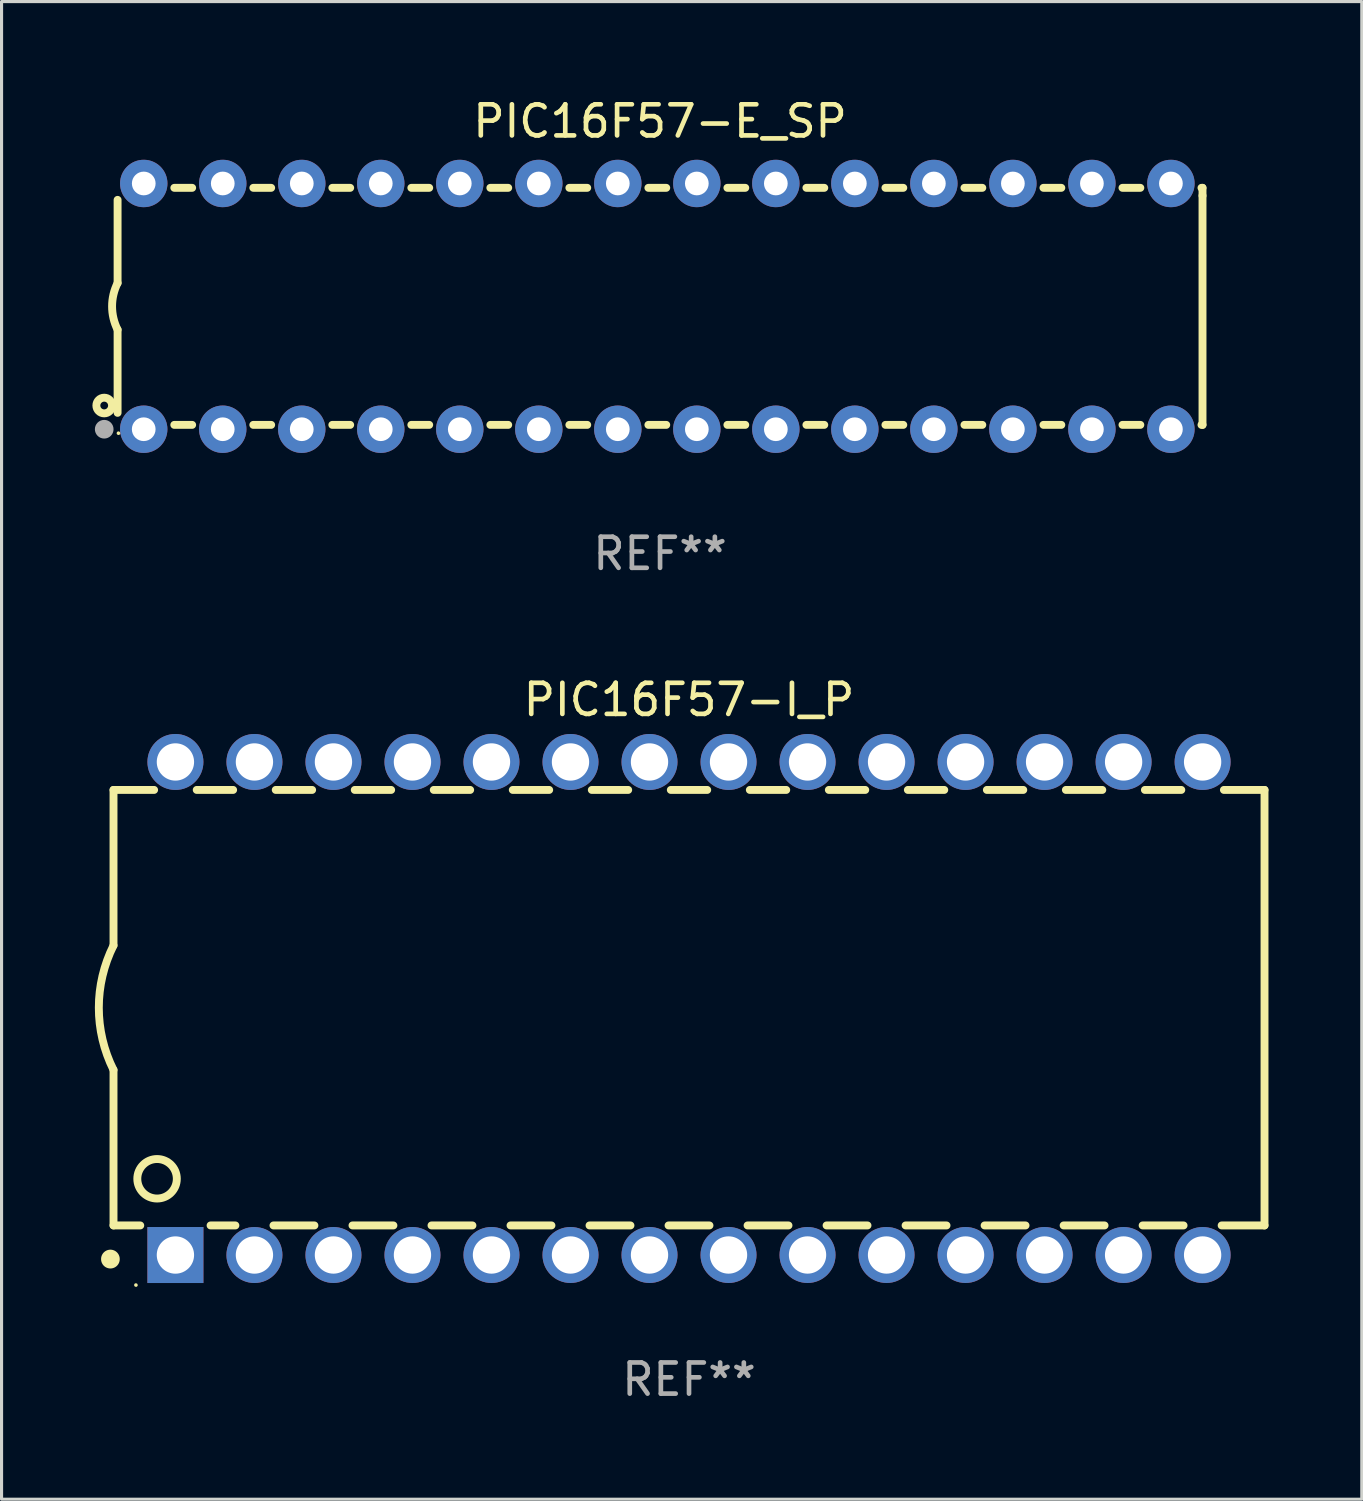
<source format=kicad_pcb>
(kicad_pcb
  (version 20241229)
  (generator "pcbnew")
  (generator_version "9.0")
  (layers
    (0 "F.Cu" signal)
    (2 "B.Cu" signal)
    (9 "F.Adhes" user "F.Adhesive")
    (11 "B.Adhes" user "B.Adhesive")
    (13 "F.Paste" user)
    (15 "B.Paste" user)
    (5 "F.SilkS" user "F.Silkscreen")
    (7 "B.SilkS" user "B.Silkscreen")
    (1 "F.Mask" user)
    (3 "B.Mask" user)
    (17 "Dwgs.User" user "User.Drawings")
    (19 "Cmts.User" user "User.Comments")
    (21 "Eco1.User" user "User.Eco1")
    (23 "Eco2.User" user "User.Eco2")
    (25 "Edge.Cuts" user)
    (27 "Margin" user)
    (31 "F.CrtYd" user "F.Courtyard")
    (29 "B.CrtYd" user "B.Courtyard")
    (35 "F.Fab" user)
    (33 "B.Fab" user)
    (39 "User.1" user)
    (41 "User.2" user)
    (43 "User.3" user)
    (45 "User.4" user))
  (footprint "PIC16F57-E_SP"
    (layer "F.Cu")
    (at 18.168 6.798)
    (property "Reference" "PIC16F57-E_SP" (at 0 -5.95 0) (layer "F.SilkS") (effects (font (size 1 1) (thickness 0.15))))
    (attr through_hole)
    (fp_line (start -17.438 0.75) (end -17.438 3.423) (stroke (width 0.254) (type solid)) (layer "F.SilkS"))
    (fp_line (start -17.438 -3.423) (end -17.438 -0.75) (stroke (width 0.254) (type solid)) (layer "F.SilkS"))
    (fp_line (start -15.615 3.81) (end -15.041 3.81) (stroke (width 0.254) (type solid)) (layer "F.SilkS"))
    (fp_line (start -15.041 -3.81) (end -15.614 -3.81) (stroke (width 0.254) (type solid)) (layer "F.SilkS"))
    (fp_line (start -13.075 3.81) (end -12.501 3.81) (stroke (width 0.254) (type solid)) (layer "F.SilkS"))
    (fp_line (start -12.501 -3.81) (end -13.074 -3.81) (stroke (width 0.254) (type solid)) (layer "F.SilkS"))
    (fp_line (start -10.535 3.81) (end -9.961 3.81) (stroke (width 0.254) (type solid)) (layer "F.SilkS"))
    (fp_line (start -9.961 -3.81) (end -10.534 -3.81) (stroke (width 0.254) (type solid)) (layer "F.SilkS"))
    (fp_line (start -7.995 3.81) (end -7.421 3.81) (stroke (width 0.254) (type solid)) (layer "F.SilkS"))
    (fp_line (start -7.421 -3.81) (end -7.995 -3.81) (stroke (width 0.254) (type solid)) (layer "F.SilkS"))
    (fp_line (start -5.455 3.81) (end -4.881 3.81) (stroke (width 0.254) (type solid)) (layer "F.SilkS"))
    (fp_line (start -4.881 -3.81) (end -5.455 -3.81) (stroke (width 0.254) (type solid)) (layer "F.SilkS"))
    (fp_line (start -2.915 3.81) (end -2.341 3.81) (stroke (width 0.254) (type solid)) (layer "F.SilkS"))
    (fp_line (start -2.341 -3.81) (end -2.915 -3.81) (stroke (width 0.254) (type solid)) (layer "F.SilkS"))
    (fp_line (start -0.375 3.81) (end 0.199 3.81) (stroke (width 0.254) (type solid)) (layer "F.SilkS"))
    (fp_line (start 0.199 -3.81) (end -0.375 -3.81) (stroke (width 0.254) (type solid)) (layer "F.SilkS"))
    (fp_line (start 2.165 3.81) (end 2.739 3.81) (stroke (width 0.254) (type solid)) (layer "F.SilkS"))
    (fp_line (start 2.739 -3.81) (end 2.165 -3.81) (stroke (width 0.254) (type solid)) (layer "F.SilkS"))
    (fp_line (start 4.705 3.81) (end 5.279 3.81) (stroke (width 0.254) (type solid)) (layer "F.SilkS"))
    (fp_line (start 5.279 -3.81) (end 4.705 -3.81) (stroke (width 0.254) (type solid)) (layer "F.SilkS"))
    (fp_line (start 7.245 3.81) (end 7.819 3.81) (stroke (width 0.254) (type solid)) (layer "F.SilkS"))
    (fp_line (start 7.819 -3.81) (end 7.245 -3.81) (stroke (width 0.254) (type solid)) (layer "F.SilkS"))
    (fp_line (start 9.785 3.81) (end 10.359 3.81) (stroke (width 0.254) (type solid)) (layer "F.SilkS"))
    (fp_line (start 10.359 -3.81) (end 9.785 -3.81) (stroke (width 0.254) (type solid)) (layer "F.SilkS"))
    (fp_line (start 12.325 3.81) (end 12.899 3.81) (stroke (width 0.254) (type solid)) (layer "F.SilkS"))
    (fp_line (start 12.899 -3.81) (end 12.325 -3.81) (stroke (width 0.254) (type solid)) (layer "F.SilkS"))
    (fp_line (start 14.865 3.81) (end 15.439 3.81) (stroke (width 0.254) (type solid)) (layer "F.SilkS"))
    (fp_line (start 15.439 -3.81) (end 14.865 -3.81) (stroke (width 0.254) (type solid)) (layer "F.SilkS"))
    (fp_line (start 17.405 3.81) (end 17.438 3.81) (stroke (width 0.254) (type solid)) (layer "F.SilkS"))
    (fp_line (start 17.438 -3.81) (end 17.405 -3.81) (stroke (width 0.254) (type solid)) (layer "F.SilkS"))
    (fp_line (start 17.438 -3.556) (end 17.438 -3.81) (stroke (width 0.254) (type solid)) (layer "F.SilkS"))
    (fp_line (start 17.438 3.81) (end 17.438 -3.556) (stroke (width 0.254) (type solid)) (layer "F.SilkS"))
    (fp_arc (start -17.437986 0.749657) (mid -17.614887 -0.000024) (end -17.437783 -0.749657) (stroke (width 0.254001) (type solid)) (layer "F.SilkS"))
    (fp_circle (center -17.868 3.188) (end -17.743 3.188) (stroke (width 0.254) (type solid)) (fill no) (layer "F.SilkS"))
    (fp_circle (center -17.411 4.077) (end -17.381 4.077) (stroke (width 0.06) (type solid)) (fill no) (layer "F.SilkS"))
    (fp_circle (center -17.868 3.95) (end -17.718 3.95) (stroke (width 0.3) (type solid)) (fill no) (layer "F.Fab"))
    (fp_text user "REF**" (at 0 7.95 0) (layer "F.Fab") (effects (font (size 1 1) (thickness 0.15))))
    (pad "1" thru_hole circle (at -16.598 3.95) (size 1.524 1.524) (drill 0.762) (layers "*.Cu" "*.Mask"))
    (pad "2" thru_hole circle (at -14.058 3.95) (size 1.524 1.524) (drill 0.762) (layers "*.Cu" "*.Mask"))
    (pad "3" thru_hole circle (at -11.518 3.95) (size 1.524 1.524) (drill 0.762) (layers "*.Cu" "*.Mask"))
    (pad "4" thru_hole circle (at -8.978 3.95) (size 1.524 1.524) (drill 0.762) (layers "*.Cu" "*.Mask"))
    (pad "5" thru_hole circle (at -6.438 3.95) (size 1.524 1.524) (drill 0.762) (layers "*.Cu" "*.Mask"))
    (pad "6" thru_hole circle (at -3.898 3.95) (size 1.524 1.524) (drill 0.762) (layers "*.Cu" "*.Mask"))
    (pad "7" thru_hole circle (at -1.358 3.95) (size 1.524 1.524) (drill 0.762) (layers "*.Cu" "*.Mask"))
    (pad "8" thru_hole circle (at 1.182 3.95) (size 1.524 1.524) (drill 0.762) (layers "*.Cu" "*.Mask"))
    (pad "9" thru_hole circle (at 3.722 3.95) (size 1.524 1.524) (drill 0.762) (layers "*.Cu" "*.Mask"))
    (pad "10" thru_hole circle (at 6.262 3.95) (size 1.524 1.524) (drill 0.762) (layers "*.Cu" "*.Mask"))
    (pad "11" thru_hole circle (at 8.802 3.95) (size 1.524 1.524) (drill 0.762) (layers "*.Cu" "*.Mask"))
    (pad "12" thru_hole circle (at 11.342 3.95) (size 1.524 1.524) (drill 0.762) (layers "*.Cu" "*.Mask"))
    (pad "13" thru_hole circle (at 13.882 3.95) (size 1.524 1.524) (drill 0.762) (layers "*.Cu" "*.Mask"))
    (pad "14" thru_hole circle (at 16.422 3.95) (size 1.524 1.524) (drill 0.762) (layers "*.Cu" "*.Mask"))
    (pad "15" thru_hole circle (at 16.422 -3.95) (size 1.524 1.524) (drill 0.762) (layers "*.Cu" "*.Mask"))
    (pad "16" thru_hole circle (at 13.882 -3.95) (size 1.524 1.524) (drill 0.762) (layers "*.Cu" "*.Mask"))
    (pad "17" thru_hole circle (at 11.342 -3.95) (size 1.524 1.524) (drill 0.762) (layers "*.Cu" "*.Mask"))
    (pad "18" thru_hole circle (at 8.802 -3.95) (size 1.524 1.524) (drill 0.762) (layers "*.Cu" "*.Mask"))
    (pad "19" thru_hole circle (at 6.262 -3.95) (size 1.524 1.524) (drill 0.762) (layers "*.Cu" "*.Mask"))
    (pad "20" thru_hole circle (at 3.722 -3.95) (size 1.524 1.524) (drill 0.762) (layers "*.Cu" "*.Mask"))
    (pad "21" thru_hole circle (at 1.182 -3.95) (size 1.524 1.524) (drill 0.762) (layers "*.Cu" "*.Mask"))
    (pad "22" thru_hole circle (at -1.358 -3.95) (size 1.524 1.524) (drill 0.762) (layers "*.Cu" "*.Mask"))
    (pad "23" thru_hole circle (at -3.898 -3.95) (size 1.524 1.524) (drill 0.762) (layers "*.Cu" "*.Mask"))
    (pad "24" thru_hole circle (at -6.438 -3.95) (size 1.524 1.524) (drill 0.762) (layers "*.Cu" "*.Mask"))
    (pad "25" thru_hole circle (at -8.978 -3.95) (size 1.524 1.524) (drill 0.762) (layers "*.Cu" "*.Mask"))
    (pad "26" thru_hole circle (at -11.517 -3.95) (size 1.524 1.524) (drill 0.762) (layers "*.Cu" "*.Mask"))
    (pad "27" thru_hole circle (at -14.057 -3.95) (size 1.524 1.524) (drill 0.762) (layers "*.Cu" "*.Mask"))
    (pad "28" thru_hole circle (at -16.597 -3.95) (size 1.524 1.524) (drill 0.762) (layers "*.Cu" "*.Mask")))
  (footprint "PIC16F57-I_P"
    (layer "F.Cu")
    (at 19.099 29.369)
    (property "Reference" "PIC16F57-I_P" (at 0 -9.925 0) (layer "F.SilkS") (effects (font (size 1 1) (thickness 0.15))))
    (attr through_hole)
    (fp_line (start -18.5 -7.026) (end -18.5 -2.026) (stroke (width 0.254) (type solid)) (layer "F.SilkS"))
    (fp_line (start -18.5 1.974) (end -18.5 6.974) (stroke (width 0.254) (type solid)) (layer "F.SilkS"))
    (fp_line (start -17.64 6.974) (end -18.5 6.974) (stroke (width 0.254) (type solid)) (layer "F.SilkS"))
    (fp_line (start -17.195 -7.026) (end -18.5 -7.026) (stroke (width 0.254) (type solid)) (layer "F.SilkS"))
    (fp_line (start -14.655 -7.026) (end -15.825 -7.026) (stroke (width 0.254) (type solid)) (layer "F.SilkS"))
    (fp_line (start -14.582 6.974) (end -15.38 6.974) (stroke (width 0.254) (type solid)) (layer "F.SilkS"))
    (fp_line (start -12.115 -7.026) (end -13.285 -7.026) (stroke (width 0.254) (type solid)) (layer "F.SilkS"))
    (fp_line (start -12.042 6.974) (end -13.358 6.974) (stroke (width 0.254) (type solid)) (layer "F.SilkS"))
    (fp_line (start -9.575 -7.026) (end -10.745 -7.026) (stroke (width 0.254) (type solid)) (layer "F.SilkS"))
    (fp_line (start -9.502 6.974) (end -10.818 6.974) (stroke (width 0.254) (type solid)) (layer "F.SilkS"))
    (fp_line (start -7.035 -7.026) (end -8.205 -7.026) (stroke (width 0.254) (type solid)) (layer "F.SilkS"))
    (fp_line (start -6.962 6.974) (end -8.278 6.974) (stroke (width 0.254) (type solid)) (layer "F.SilkS"))
    (fp_line (start -4.495 -7.026) (end -5.665 -7.026) (stroke (width 0.254) (type solid)) (layer "F.SilkS"))
    (fp_line (start -4.422 6.974) (end -5.738 6.974) (stroke (width 0.254) (type solid)) (layer "F.SilkS"))
    (fp_line (start -1.955 -7.026) (end -3.125 -7.026) (stroke (width 0.254) (type solid)) (layer "F.SilkS"))
    (fp_line (start -1.882 6.974) (end -3.198 6.974) (stroke (width 0.254) (type solid)) (layer "F.SilkS"))
    (fp_line (start 0.585 -7.026) (end -0.585 -7.026) (stroke (width 0.254) (type solid)) (layer "F.SilkS"))
    (fp_line (start 0.658 6.974) (end -0.658 6.974) (stroke (width 0.254) (type solid)) (layer "F.SilkS"))
    (fp_line (start 3.125 -7.026) (end 1.955 -7.026) (stroke (width 0.254) (type solid)) (layer "F.SilkS"))
    (fp_line (start 3.198 6.974) (end 1.882 6.974) (stroke (width 0.254) (type solid)) (layer "F.SilkS"))
    (fp_line (start 5.665 -7.026) (end 4.495 -7.026) (stroke (width 0.254) (type solid)) (layer "F.SilkS"))
    (fp_line (start 5.738 6.974) (end 4.422 6.974) (stroke (width 0.254) (type solid)) (layer "F.SilkS"))
    (fp_line (start 8.205 -7.026) (end 7.035 -7.026) (stroke (width 0.254) (type solid)) (layer "F.SilkS"))
    (fp_line (start 8.278 6.974) (end 6.962 6.974) (stroke (width 0.254) (type solid)) (layer "F.SilkS"))
    (fp_line (start 10.745 -7.026) (end 9.575 -7.026) (stroke (width 0.254) (type solid)) (layer "F.SilkS"))
    (fp_line (start 10.818 6.974) (end 9.502 6.974) (stroke (width 0.254) (type solid)) (layer "F.SilkS"))
    (fp_line (start 13.285 -7.026) (end 12.115 -7.026) (stroke (width 0.254) (type solid)) (layer "F.SilkS"))
    (fp_line (start 13.358 6.974) (end 12.042 6.974) (stroke (width 0.254) (type solid)) (layer "F.SilkS"))
    (fp_line (start 15.825 -7.026) (end 14.655 -7.026) (stroke (width 0.254) (type solid)) (layer "F.SilkS"))
    (fp_line (start 15.898 6.974) (end 14.582 6.974) (stroke (width 0.254) (type solid)) (layer "F.SilkS"))
    (fp_line (start 18.5 -7.026) (end 17.195 -7.026) (stroke (width 0.254) (type solid)) (layer "F.SilkS"))
    (fp_line (start 18.5 6.974) (end 17.122 6.974) (stroke (width 0.254) (type solid)) (layer "F.SilkS"))
    (fp_line (start 18.5 6.974) (end 18.5 -7.026) (stroke (width 0.254) (type solid)) (layer "F.SilkS"))
    (fp_arc (start -18.599924 8.057734) (mid -18.599935 8.055207) (end -18.599924 8.052679) (stroke (width 0.6) (type solid)) (layer "F.SilkS"))
    (fp_arc (start -18.500051 1.974346) (mid -18.972187 -0.025654) (end -18.500051 -2.025654) (stroke (width 0.254001) (type solid)) (layer "F.SilkS"))
    (fp_circle (center -17.78 8.89) (end -17.75 8.89) (stroke (width 0.06) (type solid)) (fill no) (layer "F.SilkS"))
    (fp_circle (center -17.1 5.474) (end -16.465 5.474) (stroke (width 0.254) (type solid)) (fill no) (layer "F.SilkS"))
    (fp_text user "REF**" (at 0 11.925 0) (layer "F.Fab") (effects (font (size 1 1) (thickness 0.15))))
    (pad "1" thru_hole rect (at -16.51 7.925) (size 1.8 1.8) (drill 1.2) (layers "*.Cu" "*.Mask"))
    (pad "2" thru_hole circle (at -13.97 7.925) (size 1.8 1.8) (drill 1.2) (layers "*.Cu" "*.Mask"))
    (pad "3" thru_hole circle (at -11.43 7.924) (size 1.8 1.8) (drill 1.2) (layers "*.Cu" "*.Mask"))
    (pad "4" thru_hole circle (at -8.89 7.924) (size 1.8 1.8) (drill 1.2) (layers "*.Cu" "*.Mask"))
    (pad "5" thru_hole circle (at -6.35 7.924) (size 1.8 1.8) (drill 1.2) (layers "*.Cu" "*.Mask"))
    (pad "6" thru_hole circle (at -3.81 7.924) (size 1.8 1.8) (drill 1.2) (layers "*.Cu" "*.Mask"))
    (pad "7" thru_hole circle (at -1.27 7.924) (size 1.8 1.8) (drill 1.2) (layers "*.Cu" "*.Mask"))
    (pad "8" thru_hole circle (at 1.27 7.924) (size 1.8 1.8) (drill 1.2) (layers "*.Cu" "*.Mask"))
    (pad "9" thru_hole circle (at 3.81 7.924) (size 1.8 1.8) (drill 1.2) (layers "*.Cu" "*.Mask"))
    (pad "10" thru_hole circle (at 6.35 7.924) (size 1.8 1.8) (drill 1.2) (layers "*.Cu" "*.Mask"))
    (pad "11" thru_hole circle (at 8.89 7.924) (size 1.8 1.8) (drill 1.2) (layers "*.Cu" "*.Mask"))
    (pad "12" thru_hole circle (at 11.43 7.924) (size 1.8 1.8) (drill 1.2) (layers "*.Cu" "*.Mask"))
    (pad "13" thru_hole circle (at 13.97 7.924) (size 1.8 1.8) (drill 1.2) (layers "*.Cu" "*.Mask"))
    (pad "14" thru_hole circle (at 16.51 7.924) (size 1.8 1.8) (drill 1.2) (layers "*.Cu" "*.Mask"))
    (pad "15" thru_hole circle (at 16.51 -7.925) (size 1.8 1.8) (drill 1.2) (layers "*.Cu" "*.Mask"))
    (pad "16" thru_hole circle (at 13.97 -7.925) (size 1.8 1.8) (drill 1.2) (layers "*.Cu" "*.Mask"))
    (pad "17" thru_hole circle (at 11.43 -7.925) (size 1.8 1.8) (drill 1.2) (layers "*.Cu" "*.Mask"))
    (pad "18" thru_hole circle (at 8.89 -7.925) (size 1.8 1.8) (drill 1.2) (layers "*.Cu" "*.Mask"))
    (pad "19" thru_hole circle (at 6.35 -7.925) (size 1.8 1.8) (drill 1.2) (layers "*.Cu" "*.Mask"))
    (pad "20" thru_hole circle (at 3.81 -7.925) (size 1.8 1.8) (drill 1.2) (layers "*.Cu" "*.Mask"))
    (pad "21" thru_hole circle (at 1.27 -7.925) (size 1.8 1.8) (drill 1.2) (layers "*.Cu" "*.Mask"))
    (pad "22" thru_hole circle (at -1.27 -7.925) (size 1.8 1.8) (drill 1.2) (layers "*.Cu" "*.Mask"))
    (pad "23" thru_hole circle (at -3.81 -7.925) (size 1.8 1.8) (drill 1.2) (layers "*.Cu" "*.Mask"))
    (pad "24" thru_hole circle (at -6.35 -7.925) (size 1.8 1.8) (drill 1.2) (layers "*.Cu" "*.Mask"))
    (pad "25" thru_hole circle (at -8.89 -7.925) (size 1.8 1.8) (drill 1.2) (layers "*.Cu" "*.Mask"))
    (pad "26" thru_hole circle (at -11.43 -7.925) (size 1.8 1.8) (drill 1.2) (layers "*.Cu" "*.Mask"))
    (pad "27" thru_hole circle (at -13.97 -7.925) (size 1.8 1.8) (drill 1.2) (layers "*.Cu" "*.Mask"))
    (pad "28" thru_hole circle (at -16.51 -7.925) (size 1.8 1.8) (drill 1.2) (layers "*.Cu" "*.Mask")))
  (gr_rect
    (start -3 -3)
    (end 40.726 45.143)
    (stroke (width 0.1) (type default))
    (fill no)
    (layer "Edge.Cuts")))
</source>
